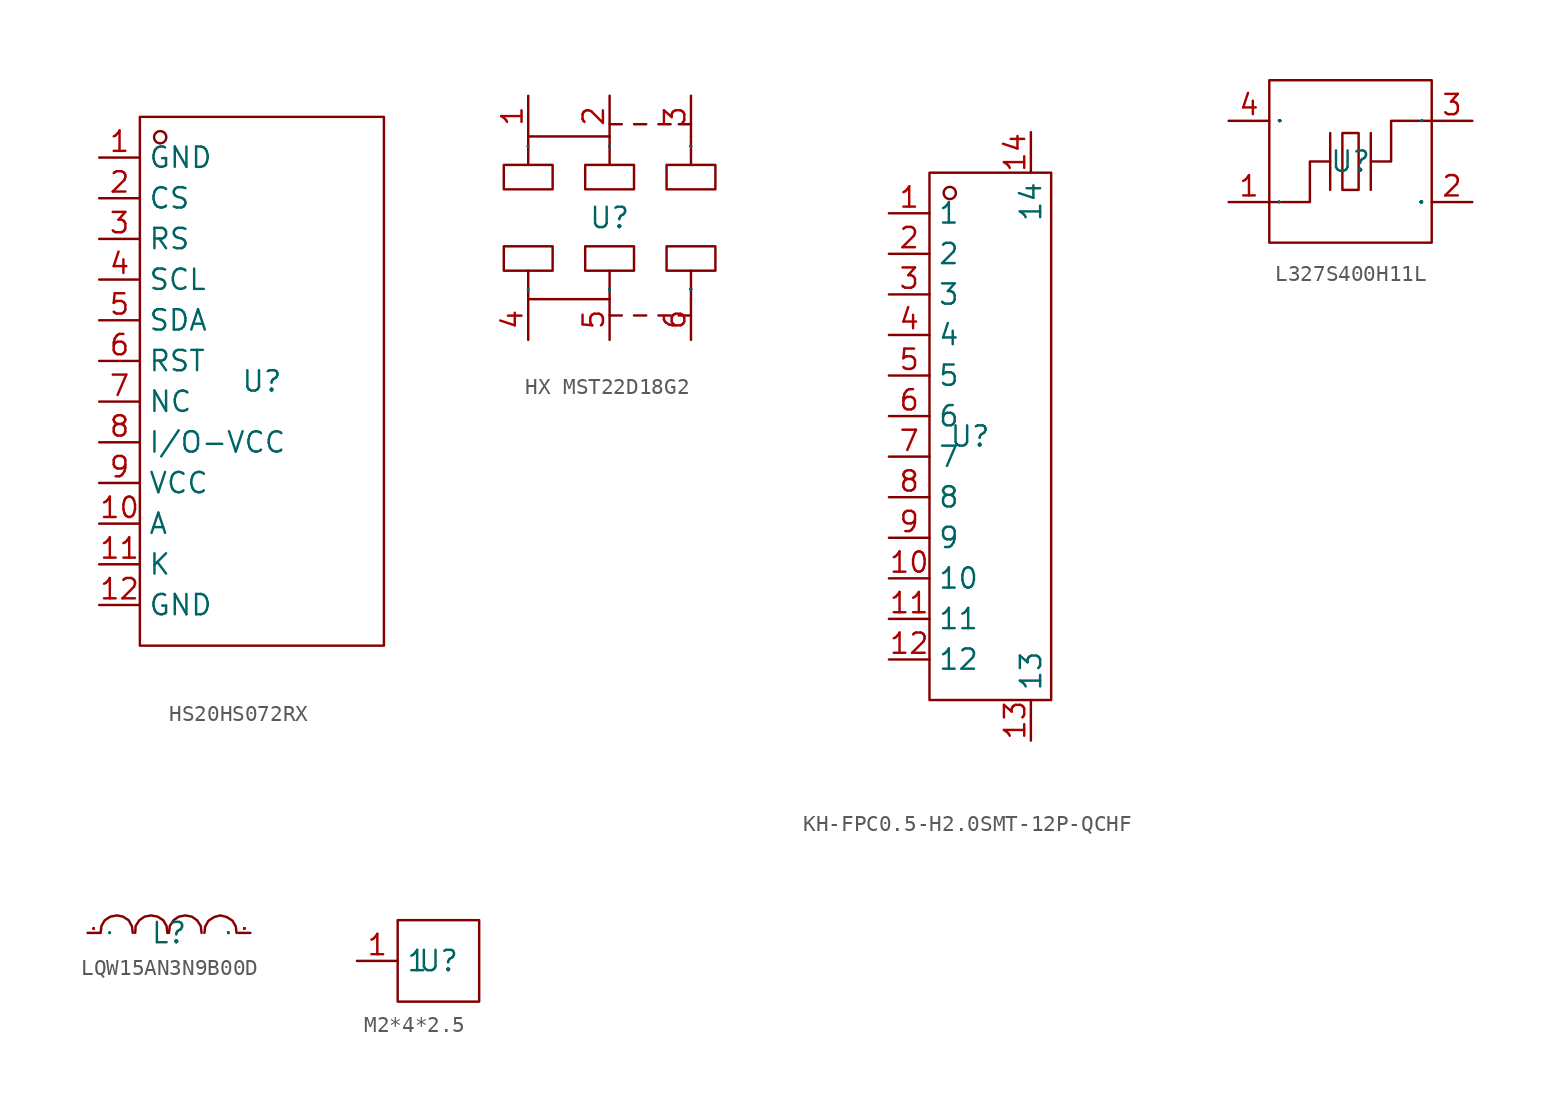
<source format=kicad_sym>
(kicad_symbol_lib
  (version 20241209)
  (generator "kicad_symbol_editor")
  (generator_version "9.0")
  (symbol "HS20HS072RX"
    (property "Reference" "U"
      (at 0 0 0)
      (effects (font (size 1.27 1.27))))
    (property "Value" ""
      (at 0 0 0)
      (effects (font (size 1.27 1.27))))
    (symbol "HS20HS072RX_1_0"
      (rectangle (start -7.62 -16.51) (end 7.62 16.51) (stroke (width 0) (type default)) (fill (type none)))
      (circle (center -6.35 15.24) (radius 0.381) (stroke (width 0) (type default)) (fill (type none)))
      (pin unspecified line (at -10.16 13.97 0) (length 2.54) (name "GND" (effects (font (size 1.27 1.27)))) (number "1" (effects (font (size 1.27 1.27)))))
      (pin unspecified line (at -10.16 11.43 0) (length 2.54) (name "CS" (effects (font (size 1.27 1.27)))) (number "2" (effects (font (size 1.27 1.27)))))
      (pin unspecified line (at -10.16 8.89 0) (length 2.54) (name "RS" (effects (font (size 1.27 1.27)))) (number "3" (effects (font (size 1.27 1.27)))))
      (pin unspecified line (at -10.16 6.35 0) (length 2.54) (name "SCL" (effects (font (size 1.27 1.27)))) (number "4" (effects (font (size 1.27 1.27)))))
      (pin unspecified line (at -10.16 3.81 0) (length 2.54) (name "SDA" (effects (font (size 1.27 1.27)))) (number "5" (effects (font (size 1.27 1.27)))))
      (pin unspecified line (at -10.16 1.27 0) (length 2.54) (name "RST" (effects (font (size 1.27 1.27)))) (number "6" (effects (font (size 1.27 1.27)))))
      (pin unspecified line (at -10.16 -1.27 0) (length 2.54) (name "NC" (effects (font (size 1.27 1.27)))) (number "7" (effects (font (size 1.27 1.27)))))
      (pin unspecified line (at -10.16 -3.81 0) (length 2.54) (name "I/O-VCC" (effects (font (size 1.27 1.27)))) (number "8" (effects (font (size 1.27 1.27)))))
      (pin unspecified line (at -10.16 -6.35 0) (length 2.54) (name "VCC" (effects (font (size 1.27 1.27)))) (number "9" (effects (font (size 1.27 1.27)))))
      (pin unspecified line (at -10.16 -8.89 0) (length 2.54) (name "A" (effects (font (size 1.27 1.27)))) (number "10" (effects (font (size 1.27 1.27)))))
      (pin unspecified line (at -10.16 -11.43 0) (length 2.54) (name "K" (effects (font (size 1.27 1.27)))) (number "11" (effects (font (size 1.27 1.27)))))
      (pin unspecified line (at -10.16 -13.97 0) (length 2.54) (name "GND" (effects (font (size 1.27 1.27)))) (number "12" (effects (font (size 1.27 1.27)))))))
  (symbol "HX MST22D18G2"
    (property "Reference" "U"
      (at 0 0 0)
      (effects (font (size 1.27 1.27))))
    (property "Value" ""
      (at 0 0 0)
      (effects (font (size 1.27 1.27))))
    (symbol "HX MST22D18G2_1_0"
      (rectangle (start -6.604 1.778) (end -3.556 3.302) (stroke (width 0) (type default)) (fill (type none)))
      (rectangle (start -6.604 -3.302) (end -3.556 -1.778) (stroke (width 0) (type default)) (fill (type none)))
      (polyline (pts (xy -5.08 3.302) (xy -5.08 5.08) (xy -5.08 5.08) (xy -0.762 5.08) (xy -0.762 5.08) (xy 0 5.08)) (stroke (width 0) (type default)) (fill (type none)))
      (polyline (pts (xy -5.08 -3.302) (xy -5.08 -5.08) (xy -5.08 -5.08) (xy -0.762 -5.08) (xy -0.762 -5.08) (xy 0 -5.08)) (stroke (width 0) (type default)) (fill (type none)))
      (rectangle (start -1.524 1.778) (end 1.524 3.302) (stroke (width 0) (type default)) (fill (type none)))
      (rectangle (start -1.524 -3.302) (end 1.524 -1.778) (stroke (width 0) (type default)) (fill (type none)))
      (polyline (pts (xy 0 5.842) (xy 0.762 5.842)) (stroke (width 0) (type default)) (fill (type none)))
      (polyline (pts (xy 0 5.08) (xy 0 3.302)) (stroke (width 0) (type default)) (fill (type none)))
      (polyline (pts (xy 0 -5.08) (xy 0 -3.302)) (stroke (width 0) (type default)) (fill (type none)))
      (polyline (pts (xy 0 -6.096) (xy 0.762 -6.096)) (stroke (width 0) (type default)) (fill (type none)))
      (polyline (pts (xy 1.524 5.842) (xy 2.286 5.842)) (stroke (width 0) (type default)) (fill (type none)))
      (polyline (pts (xy 1.524 -6.096) (xy 2.286 -6.096)) (stroke (width 0) (type default)) (fill (type none)))
      (polyline (pts (xy 3.048 5.842) (xy 3.81 5.842)) (stroke (width 0) (type default)) (fill (type none)))
      (polyline (pts (xy 3.048 -6.096) (xy 3.81 -6.096)) (stroke (width 0) (type default)) (fill (type none)))
      (rectangle (start 3.556 1.778) (end 6.604 3.302) (stroke (width 0) (type default)) (fill (type none)))
      (rectangle (start 3.556 -3.302) (end 6.604 -1.778) (stroke (width 0) (type default)) (fill (type none)))
      (polyline (pts (xy 4.318 5.842) (xy 5.08 5.842)) (stroke (width 0) (type default)) (fill (type none)))
      (polyline (pts (xy 4.318 -6.096) (xy 5.08 -6.096)) (stroke (width 0) (type default)) (fill (type none)))
      (polyline (pts (xy 5.08 5.08) (xy 5.08 3.302)) (stroke (width 0) (type default)) (fill (type none)))
      (polyline (pts (xy 5.08 -3.302) (xy 5.08 -5.08)) (stroke (width 0) (type default)) (fill (type none)))
      (pin unspecified line (at -5.08 7.62 270) (length 2.54) (name "1" (effects (font (size 0.025 0.025)))) (number "1" (effects (font (size 1.27 1.27)))))
      (pin unspecified line (at -5.08 -7.62 90) (length 2.54) (name "4" (effects (font (size 0.025 0.025)))) (number "4" (effects (font (size 1.27 1.27)))))
      (pin unspecified line (at 0 7.62 270) (length 2.54) (name "2" (effects (font (size 0.025 0.025)))) (number "2" (effects (font (size 1.27 1.27)))))
      (pin unspecified line (at 0 -7.62 90) (length 2.54) (name "5" (effects (font (size 0.025 0.025)))) (number "5" (effects (font (size 1.27 1.27)))))
      (pin unspecified line (at 5.08 7.62 270) (length 2.54) (name "3" (effects (font (size 0.025 0.025)))) (number "3" (effects (font (size 1.27 1.27)))))
      (pin unspecified line (at 5.08 -7.62 90) (length 2.54) (name "6" (effects (font (size 0.025 0.025)))) (number "6" (effects (font (size 1.27 1.27)))))))
  (symbol "KH-FPC0.5-H2.0SMT-12P-QCHF"
    (property "Reference" "U"
      (at 0 0 0)
      (effects (font (size 1.27 1.27))))
    (property "Value" ""
      (at 0 0 0)
      (effects (font (size 1.27 1.27))))
    (symbol "KH-FPC0.5-H2.0SMT-12P-QCHF_1_0"
      (rectangle (start -2.54 -16.51) (end 5.08 16.51) (stroke (width 0) (type default)) (fill (type none)))
      (circle (center -1.27 15.24) (radius 0.381) (stroke (width 0) (type default)) (fill (type none)))
      (pin unspecified line (at -5.08 13.97 0) (length 2.54) (name "1" (effects (font (size 1.27 1.27)))) (number "1" (effects (font (size 1.27 1.27)))))
      (pin unspecified line (at -5.08 11.43 0) (length 2.54) (name "2" (effects (font (size 1.27 1.27)))) (number "2" (effects (font (size 1.27 1.27)))))
      (pin unspecified line (at -5.08 8.89 0) (length 2.54) (name "3" (effects (font (size 1.27 1.27)))) (number "3" (effects (font (size 1.27 1.27)))))
      (pin unspecified line (at -5.08 6.35 0) (length 2.54) (name "4" (effects (font (size 1.27 1.27)))) (number "4" (effects (font (size 1.27 1.27)))))
      (pin unspecified line (at -5.08 3.81 0) (length 2.54) (name "5" (effects (font (size 1.27 1.27)))) (number "5" (effects (font (size 1.27 1.27)))))
      (pin unspecified line (at -5.08 1.27 0) (length 2.54) (name "6" (effects (font (size 1.27 1.27)))) (number "6" (effects (font (size 1.27 1.27)))))
      (pin unspecified line (at -5.08 -1.27 0) (length 2.54) (name "7" (effects (font (size 1.27 1.27)))) (number "7" (effects (font (size 1.27 1.27)))))
      (pin unspecified line (at -5.08 -3.81 0) (length 2.54) (name "8" (effects (font (size 1.27 1.27)))) (number "8" (effects (font (size 1.27 1.27)))))
      (pin unspecified line (at -5.08 -6.35 0) (length 2.54) (name "9" (effects (font (size 1.27 1.27)))) (number "9" (effects (font (size 1.27 1.27)))))
      (pin unspecified line (at -5.08 -8.89 0) (length 2.54) (name "10" (effects (font (size 1.27 1.27)))) (number "10" (effects (font (size 1.27 1.27)))))
      (pin unspecified line (at -5.08 -11.43 0) (length 2.54) (name "11" (effects (font (size 1.27 1.27)))) (number "11" (effects (font (size 1.27 1.27)))))
      (pin unspecified line (at -5.08 -13.97 0) (length 2.54) (name "12" (effects (font (size 1.27 1.27)))) (number "12" (effects (font (size 1.27 1.27)))))
      (pin unspecified line (at 3.81 19.05 270) (length 2.54) (name "14" (effects (font (size 1.27 1.27)))) (number "14" (effects (font (size 1.27 1.27)))))
      (pin unspecified line (at 3.81 -19.05 90) (length 2.54) (name "13" (effects (font (size 1.27 1.27)))) (number "13" (effects (font (size 1.27 1.27)))))))
  (symbol "L327S400H11L"
    (property "Reference" "U"
      (at 0 0 0)
      (effects (font (size 1.27 1.27))))
    (symbol "L327S400H11L_1_0"
      (rectangle (start -5.08 5.08) (end 5.08 -5.08) (stroke (width 0) (type default)) (fill (type none)))
      (polyline (pts (xy -5.08 -2.54) (xy -2.54 -2.54) (xy -2.54 -2.54) (xy -2.54 0) (xy -2.54 0) (xy -1.27 0)) (stroke (width 0) (type default)) (fill (type none)))
      (polyline (pts (xy -1.27 -1.778) (xy -1.27 1.778)) (stroke (width 0) (type default)) (fill (type none)))
      (rectangle (start -0.508 1.778) (end 0.508 -1.778) (stroke (width 0) (type default)) (fill (type none)))
      (polyline (pts (xy 1.27 -1.778) (xy 1.27 1.778)) (stroke (width 0) (type default)) (fill (type none)))
      (polyline (pts (xy 5.08 2.54) (xy 2.54 2.54) (xy 2.54 2.54) (xy 2.54 0) (xy 2.54 0) (xy 1.27 0)) (stroke (width 0) (type default)) (fill (type none)))
      (pin input line (at -7.62 2.54 0) (length 2.54) (name "GND" (effects (font (size 0.025 0.025)))) (number "4" (effects (font (size 1.27 1.27)))))
      (pin input line (at -7.62 -2.54 0) (length 2.54) (name "1" (effects (font (size 0.025 0.025)))) (number "1" (effects (font (size 1.27 1.27)))))
      (pin input line (at 7.62 2.54 180) (length 2.54) (name "3" (effects (font (size 0.025 0.025)))) (number "3" (effects (font (size 1.27 1.27)))))
      (pin input line (at 7.62 -2.54 180) (length 2.54) (name "GND" (effects (font (size 0.025 0.025)))) (number "2" (effects (font (size 1.27 1.27)))))))
  (symbol "LQW15AN3N9B00D"
    (property "Reference" "L"
      (at 0 0 0)
      (effects (font (size 1.27 1.27))))
    (symbol "LQW15AN3N9B00D_1_0"
      (polyline (pts (xy -4.267 0) (xy -4.216 0.432) (xy -4.216 0.432) (xy -4.013 0.787) (xy -4.013 0.787) (xy -3.658 1.016) (xy -3.658 1.016) (xy -3.251 1.092) (xy -3.251 1.092) (xy -2.87 1.016) (xy -2.87 1.016) (xy -2.515 0.787) (xy -2.515 0.787) (xy -2.311 0.406) (xy -2.311 0.406) (xy -2.261 0)) (stroke (width 0) (type default)) (fill (type none)))
      (polyline (pts (xy -2.108 0) (xy -2.083 0.432) (xy -2.083 0.432) (xy -1.854 0.787) (xy -1.854 0.787) (xy -1.524 1.016) (xy -1.524 1.016) (xy -1.118 1.092) (xy -1.118 1.092) (xy -0.711 1.016) (xy -0.711 1.016) (xy -0.356 0.787) (xy -0.356 0.787) (xy -0.152 0.432) (xy -0.152 0.432) (xy -0.102 0)) (stroke (width 0) (type default)) (fill (type none)))
      (polyline (pts (xy 0 0) (xy 0.051 0.432) (xy 0.051 0.432) (xy 0.279 0.787) (xy 0.279 0.787) (xy 0.61 1.016) (xy 0.61 1.016) (xy 1.016 1.092) (xy 1.016 1.092) (xy 1.422 1.016) (xy 1.422 1.016) (xy 1.753 0.787) (xy 1.753 0.787) (xy 1.981 0.432) (xy 1.981 0.432) (xy 2.032 0)) (stroke (width 0) (type default)) (fill (type none)))
      (polyline (pts (xy 2.21 0) (xy 2.261 0.406) (xy 2.261 0.406) (xy 2.464 0.762) (xy 2.464 0.762) (xy 2.819 0.991) (xy 2.819 0.991) (xy 3.2 1.092) (xy 3.2 1.092) (xy 3.607 0.991) (xy 3.607 0.991) (xy 3.962 0.762) (xy 3.962 0.762) (xy 4.166 0.406) (xy 4.166 0.406) (xy 4.216 0)) (stroke (width 0) (type default)) (fill (type none)))
      (pin unspecified line (at -5.08 0 0) (length 0.762) (name "1" (effects (font (size 0.025 0.025)))) (number "1" (effects (font (size 0.025 0.025)))))
      (pin unspecified line (at 5.08 0 180) (length 0.762) (name "2" (effects (font (size 0.025 0.025)))) (number "2" (effects (font (size 0.025 0.025)))))))
  (symbol "M2*4*2.5"
    (property "Reference" "U"
      (at 0 0 0)
      (effects (font (size 1.27 1.27))))
    (property "Value" ""
      (at 0 0 0)
      (effects (font (size 1.27 1.27))))
    (symbol "M2*4*2.5_1_0"
      (rectangle (start -2.54 2.54) (end 2.54 -2.54) (stroke (width 0) (type default)) (fill (type none)))
      (pin unspecified line (at -5.08 0 0) (length 2.54) (name "1" (effects (font (size 1.27 1.27)))) (number "1" (effects (font (size 1.27 1.27))))))))
</source>
